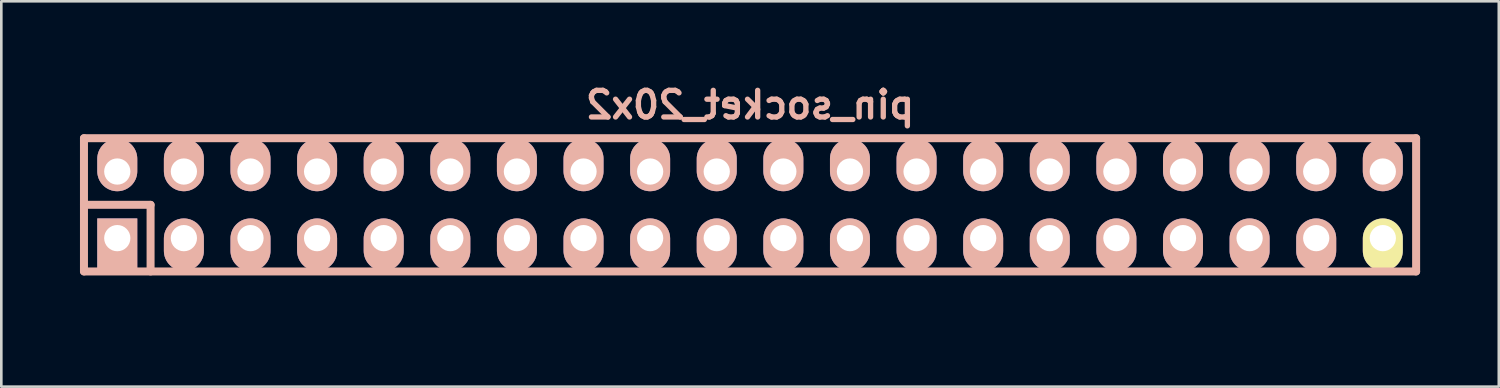
<source format=kicad_pcb>
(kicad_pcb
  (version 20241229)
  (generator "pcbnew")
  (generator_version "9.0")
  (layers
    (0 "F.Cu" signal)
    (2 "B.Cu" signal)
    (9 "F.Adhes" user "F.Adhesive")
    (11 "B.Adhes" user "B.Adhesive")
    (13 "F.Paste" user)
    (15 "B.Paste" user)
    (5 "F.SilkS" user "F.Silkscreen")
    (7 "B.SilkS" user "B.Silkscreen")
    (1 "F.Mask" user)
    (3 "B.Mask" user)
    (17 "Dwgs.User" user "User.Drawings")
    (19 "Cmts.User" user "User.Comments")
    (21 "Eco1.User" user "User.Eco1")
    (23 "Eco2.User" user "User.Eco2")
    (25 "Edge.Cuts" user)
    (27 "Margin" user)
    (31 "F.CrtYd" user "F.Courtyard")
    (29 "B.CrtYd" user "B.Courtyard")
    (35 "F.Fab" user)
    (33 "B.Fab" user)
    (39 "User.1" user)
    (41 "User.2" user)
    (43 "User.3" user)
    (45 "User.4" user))
  (footprint "pin_socket_20x2"
    (layer "F.Cu")
    (at 19.456 8.444)
    (property "Reference" "pin_socket_20x2" (at 6.096 -7.493 180) (layer "B.SilkS") (effects (font (size 1.016 1.016) (thickness 0.203)) (justify mirror)))
    (attr through_hole)
    (fp_line (start -19.304 -6.223) (end -19.304 -1.143) (stroke (width 0.305) (type solid)) (layer "B.SilkS"))
    (fp_line (start -19.304 -6.223) (end 31.496 -6.223) (stroke (width 0.305) (type solid)) (layer "B.SilkS"))
    (fp_line (start -19.304 -3.683) (end -16.764 -3.683) (stroke (width 0.305) (type solid)) (layer "B.SilkS"))
    (fp_line (start -16.764 -3.683) (end -16.764 -1.143) (stroke (width 0.305) (type solid)) (layer "B.SilkS"))
    (fp_line (start 31.496 -1.143) (end -19.304 -1.143) (stroke (width 0.305) (type solid)) (layer "B.SilkS"))
    (fp_line (start 31.496 -1.143) (end 31.496 -6.223) (stroke (width 0.305) (type solid)) (layer "B.SilkS"))
    (pad "1" thru_hole rect (at -18.034 -2.413 180) (size 1.524 1.999) (drill 1.001 (offset 0 -0.249)) (layers "*.Cu" "*.Mask" "B.SilkS"))
    (pad "2" thru_hole oval (at -18.034 -4.953 180) (size 1.524 1.999) (drill 1.001 (offset 0 0.249)) (layers "*.Cu" "*.Mask" "B.SilkS"))
    (pad "3" thru_hole oval (at -15.494 -2.413 180) (size 1.524 1.999) (drill 1.001 (offset 0 -0.249)) (layers "*.Cu" "*.Mask" "B.SilkS"))
    (pad "4" thru_hole oval (at -15.494 -4.953 180) (size 1.524 1.999) (drill 1.001 (offset 0 0.249)) (layers "*.Cu" "*.Mask" "B.SilkS"))
    (pad "5" thru_hole oval (at -12.954 -2.413 180) (size 1.524 1.999) (drill 1.001 (offset 0 -0.249)) (layers "*.Cu" "*.Mask" "B.SilkS"))
    (pad "6" thru_hole oval (at -12.954 -4.953 180) (size 1.524 1.999) (drill 1.001 (offset 0 0.249)) (layers "*.Cu" "*.Mask" "B.SilkS"))
    (pad "7" thru_hole oval (at -10.414 -2.413 180) (size 1.524 1.999) (drill 1.001 (offset 0 -0.249)) (layers "*.Cu" "*.Mask" "B.SilkS"))
    (pad "8" thru_hole oval (at -10.414 -4.953 180) (size 1.524 1.999) (drill 1.001 (offset 0 0.249)) (layers "*.Cu" "*.Mask" "B.SilkS"))
    (pad "9" thru_hole oval (at -7.874 -2.413 180) (size 1.524 1.999) (drill 1.001 (offset 0 -0.249)) (layers "*.Cu" "*.Mask" "B.SilkS"))
    (pad "10" thru_hole oval (at -7.874 -4.953 180) (size 1.524 1.999) (drill 1.001 (offset 0 0.249)) (layers "*.Cu" "*.Mask" "B.SilkS"))
    (pad "11" thru_hole oval (at -5.334 -2.413 180) (size 1.524 1.999) (drill 1.001 (offset 0 -0.249)) (layers "*.Cu" "*.Mask" "B.SilkS"))
    (pad "12" thru_hole oval (at -5.334 -4.953 180) (size 1.524 1.999) (drill 1.001 (offset 0 0.249)) (layers "*.Cu" "*.Mask" "B.SilkS"))
    (pad "13" thru_hole oval (at -2.794 -2.413 180) (size 1.524 1.999) (drill 1.001 (offset 0 -0.249)) (layers "*.Cu" "*.Mask" "B.SilkS"))
    (pad "14" thru_hole oval (at -2.794 -4.953 180) (size 1.524 1.999) (drill 1.001 (offset 0 0.249)) (layers "*.Cu" "*.Mask" "B.SilkS"))
    (pad "15" thru_hole oval (at -0.254 -2.413 180) (size 1.524 1.999) (drill 1.001 (offset 0 -0.249)) (layers "*.Cu" "*.Mask" "B.SilkS"))
    (pad "16" thru_hole oval (at -0.254 -4.953 180) (size 1.524 1.999) (drill 1.001 (offset 0 0.249)) (layers "*.Cu" "*.Mask" "B.SilkS"))
    (pad "17" thru_hole oval (at 2.286 -2.413 180) (size 1.524 1.999) (drill 1.001 (offset 0 -0.249)) (layers "*.Cu" "*.Mask" "B.SilkS"))
    (pad "18" thru_hole oval (at 2.286 -4.953 180) (size 1.524 1.999) (drill 1.001 (offset 0 0.249)) (layers "*.Cu" "*.Mask" "B.SilkS"))
    (pad "19" thru_hole oval (at 4.826 -2.413 180) (size 1.524 1.999) (drill 1.001 (offset 0 -0.249)) (layers "*.Cu" "*.Mask" "B.SilkS"))
    (pad "20" thru_hole oval (at 4.826 -4.953 180) (size 1.524 1.999) (drill 1.001 (offset 0 0.249)) (layers "*.Cu" "*.Mask" "B.SilkS"))
    (pad "21" thru_hole oval (at 7.366 -2.413 180) (size 1.524 1.999) (drill 1.001 (offset 0 -0.249)) (layers "*.Cu" "*.Mask" "B.SilkS"))
    (pad "22" thru_hole oval (at 7.366 -4.953 180) (size 1.524 1.999) (drill 1.001 (offset 0 0.249)) (layers "*.Cu" "*.Mask" "B.SilkS"))
    (pad "23" thru_hole oval (at 9.906 -2.413 180) (size 1.524 1.999) (drill 1.001 (offset 0 -0.249)) (layers "*.Cu" "*.Mask" "B.SilkS"))
    (pad "24" thru_hole oval (at 9.906 -4.953 180) (size 1.524 1.999) (drill 1.001 (offset 0 0.249)) (layers "*.Cu" "*.Mask" "B.SilkS"))
    (pad "25" thru_hole oval (at 12.446 -2.413 180) (size 1.524 1.999) (drill 1.001 (offset 0 -0.249)) (layers "*.Cu" "*.Mask" "B.SilkS"))
    (pad "26" thru_hole oval (at 12.446 -4.953 180) (size 1.524 1.999) (drill 1.001 (offset 0 0.249)) (layers "*.Cu" "*.Mask" "B.SilkS"))
    (pad "27" thru_hole oval (at 14.986 -2.413 180) (size 1.524 1.999) (drill 1.001 (offset 0 -0.249)) (layers "*.Cu" "*.Mask" "B.SilkS"))
    (pad "28" thru_hole oval (at 14.986 -4.953 180) (size 1.524 1.999) (drill 1.001 (offset 0 0.249)) (layers "*.Cu" "*.Mask" "B.SilkS"))
    (pad "29" thru_hole oval (at 17.526 -2.413 180) (size 1.524 1.999) (drill 1.001 (offset 0 -0.249)) (layers "*.Cu" "*.Mask" "B.SilkS"))
    (pad "30" thru_hole oval (at 17.526 -4.953 180) (size 1.524 1.999) (drill 1.001 (offset 0 0.249)) (layers "*.Cu" "*.Mask" "B.SilkS"))
    (pad "31" thru_hole oval (at 20.066 -2.413 180) (size 1.524 1.999) (drill 1.001 (offset 0 -0.249)) (layers "*.Cu" "*.Mask" "B.SilkS"))
    (pad "32" thru_hole oval (at 20.066 -4.953 180) (size 1.524 1.999) (drill 1.001 (offset 0 0.249)) (layers "*.Cu" "*.Mask" "B.SilkS"))
    (pad "33" thru_hole oval (at 22.606 -2.413 180) (size 1.524 1.999) (drill 1.001 (offset 0 -0.249)) (layers "*.Cu" "*.Mask" "B.SilkS"))
    (pad "34" thru_hole oval (at 22.606 -4.953 180) (size 1.524 1.999) (drill 1.001 (offset 0 0.249)) (layers "*.Cu" "*.Mask" "B.SilkS"))
    (pad "35" thru_hole oval (at 25.146 -2.413 180) (size 1.524 1.999) (drill 1.001 (offset 0 -0.249)) (layers "*.Cu" "*.Mask" "B.SilkS"))
    (pad "36" thru_hole oval (at 25.146 -4.953 180) (size 1.524 1.999) (drill 1.001 (offset 0 0.249)) (layers "*.Cu" "*.Mask" "B.SilkS"))
    (pad "37" thru_hole oval (at 27.686 -2.413 180) (size 1.524 1.999) (drill 1.001 (offset 0 -0.249)) (layers "*.Cu" "*.Mask" "B.SilkS"))
    (pad "38" thru_hole oval (at 27.686 -4.953 180) (size 1.524 1.999) (drill 1.001 (offset 0 0.249)) (layers "*.Cu" "*.Mask" "B.SilkS"))
    (pad "39" thru_hole oval (at 30.226 -2.413) (size 1.524 1.999) (drill 1.001 (offset 0 0.249)) (layers "*.Cu" "*.Mask" "F.SilkS"))
    (pad "40" thru_hole oval (at 30.226 -4.953 180) (size 1.524 1.999) (drill 1.001 (offset 0 0.249)) (layers "*.Cu" "*.Mask" "B.SilkS")))
  (gr_rect
    (start -3 -3)
    (end 54.105 11.694)
    (stroke (width 0.1) (type default))
    (fill no)
    (layer "Edge.Cuts")))
</source>
